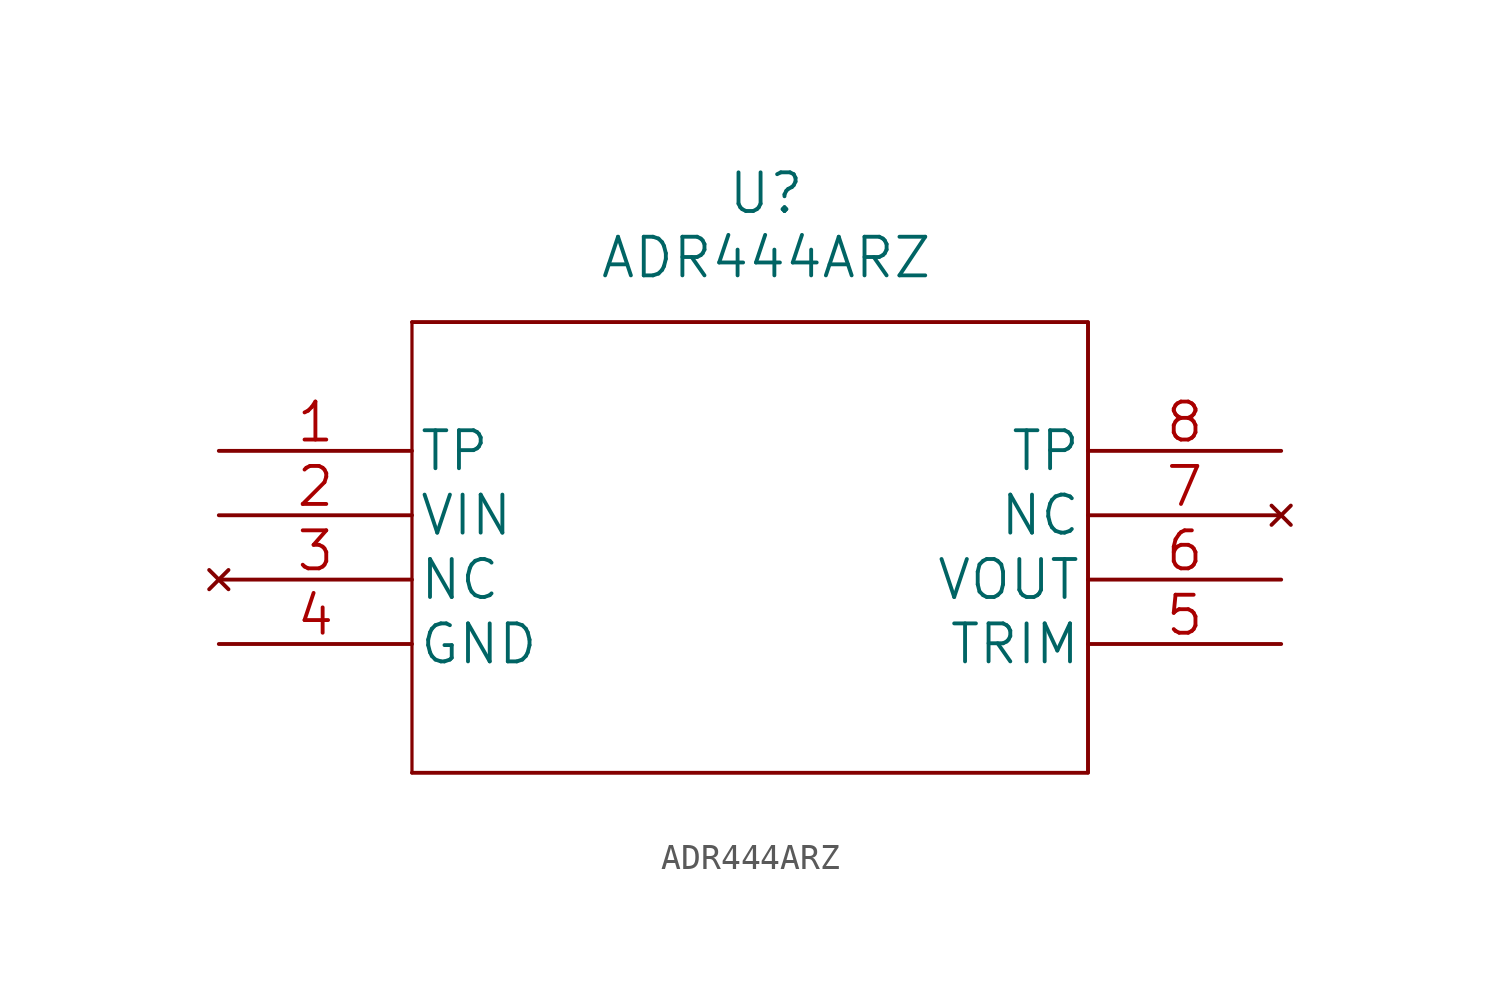
<source format=kicad_sym>
(kicad_symbol_lib
  (version 20211014)
  (generator kicad_symbol_editor)
  (symbol "ADR444ARZ"
    (pin_names
      (offset 0.254))
    (property "Reference" "U"
      (at 35.56 10.16 0)
      (effects (font (size 1.524 1.524))))
    (property "Value" "ADR444ARZ"
      (at 35.56 7.62 0)
      (effects (font (size 1.524 1.524))))
    (property "Datasheet" ""
      (at 13.97 0 0)
      (effects (font (size 1.524 1.524))))
    (symbol "ADR444ARZ_0_1"
      (polyline (pts (xy 21.59 5.08) (xy 48.26 5.08) (xy 48.26 -12.7) (xy 21.59 -12.7)) (stroke (width 0) (type default) (color 0 0 0 0)) (fill (type none))))
    (symbol "ADR444ARZ_1_1"
      (polyline (pts (xy 21.59 5.08) (xy 21.59 -12.7)) (stroke (width 0.127) (type default) (color 0 0 0 0)) (fill (type none)))
      (polyline (pts (xy 48.26 -12.7) (xy 48.26 5.08)) (stroke (width 0.127) (type default) (color 0 0 0 0)) (fill (type none)))
      (pin unspecified line (at 13.97 0 0) (length 7.62) (name "TP" (effects (font (size 1.499 1.499)))) (number "1" (effects (font (size 1.499 1.499)))))
      (pin input line (at 13.97 -2.54 0) (length 7.62) (name "VIN" (effects (font (size 1.499 1.499)))) (number "2" (effects (font (size 1.499 1.499)))))
      (pin no_connect line (at 13.97 -5.08 0) (length 7.62) (name "NC" (effects (font (size 1.499 1.499)))) (number "3" (effects (font (size 1.499 1.499)))))
      (pin power_in line (at 13.97 -7.62 0) (length 7.62) (name "GND" (effects (font (size 1.499 1.499)))) (number "4" (effects (font (size 1.499 1.499)))))
      (pin input line (at 55.88 -7.62 180) (length 7.62) (name "TRIM" (effects (font (size 1.499 1.499)))) (number "5" (effects (font (size 1.499 1.499)))))
      (pin output line (at 55.88 -5.08 180) (length 7.62) (name "VOUT" (effects (font (size 1.499 1.499)))) (number "6" (effects (font (size 1.499 1.499)))))
      (pin no_connect line (at 55.88 -2.54 180) (length 7.62) (name "NC" (effects (font (size 1.499 1.499)))) (number "7" (effects (font (size 1.499 1.499)))))
      (pin unspecified line (at 55.88 0 180) (length 7.62) (name "TP" (effects (font (size 1.499 1.499)))) (number "8" (effects (font (size 1.499 1.499))))))))
</source>
